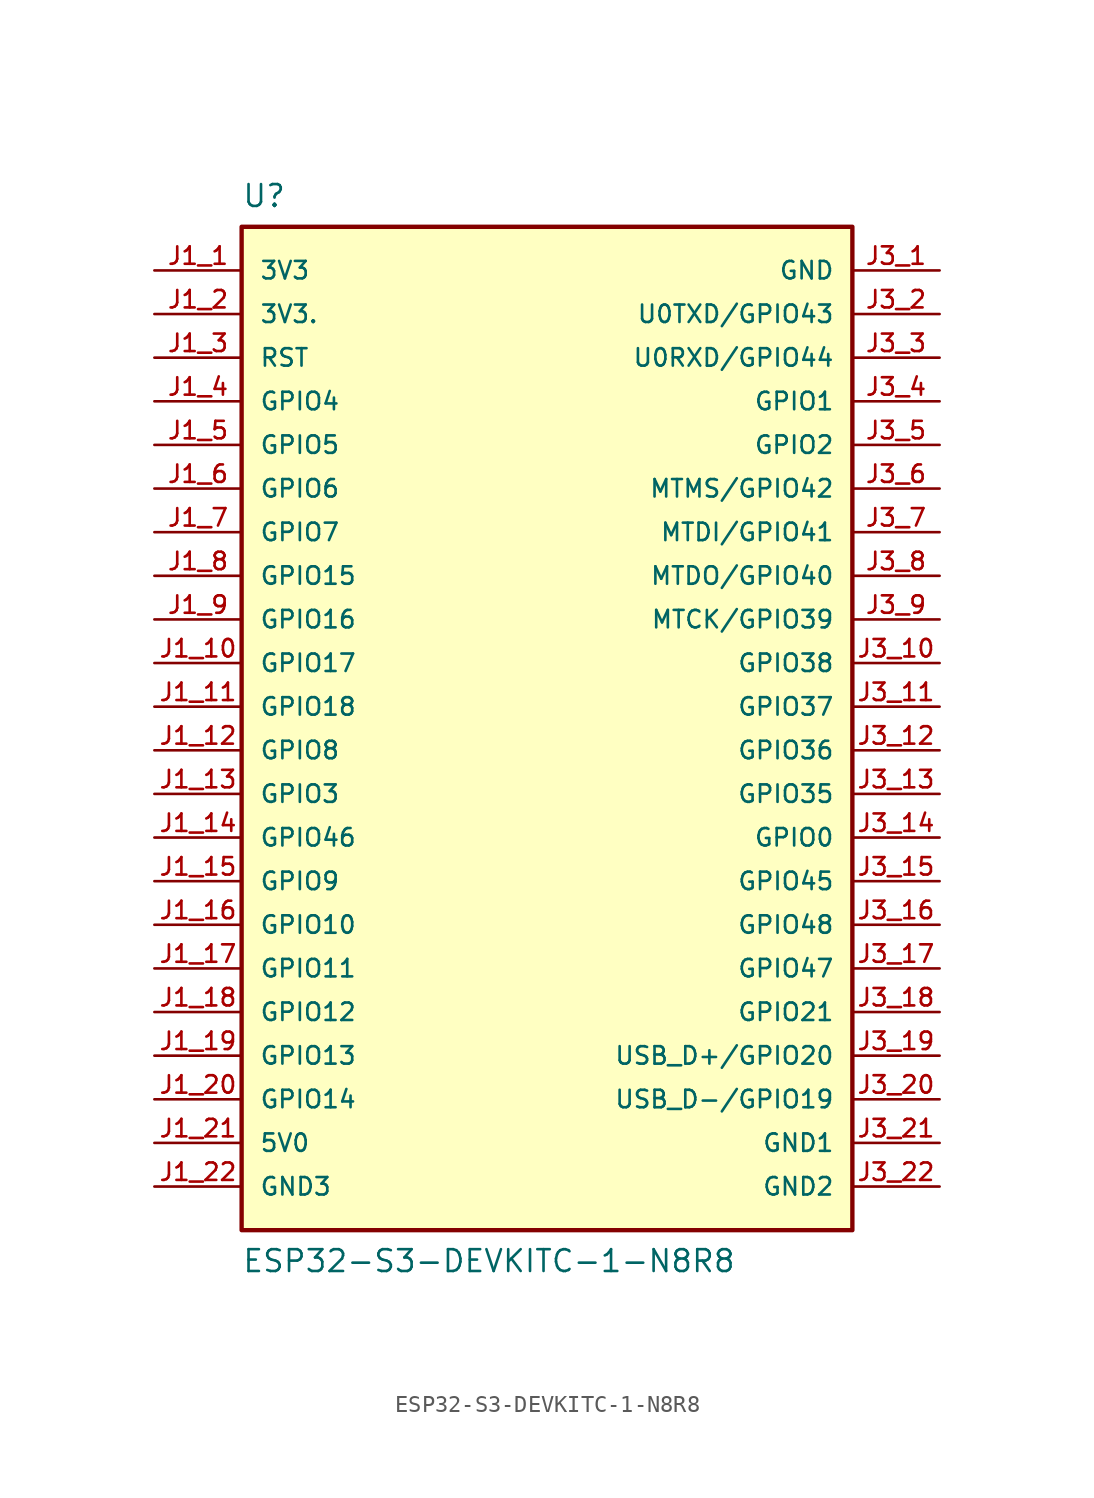
<source format=kicad_sym>
(kicad_symbol_lib
  (version 20241209)
  (generator "kicad_symbol_editor")
  (generator_version "9.0")
  (symbol "ESP32-S3-DEVKITC-1-N8R8"
    (pin_names
      (offset 1.016))
    (property "Reference" "U"
      (at -17.78 35.56 0)
      (effects (font (size 1.27 1.27)) (justify left top)))
    (property "Value" "ESP32-S3-DEVKITC-1-N8R8"
      (at -17.78 -27.94 0)
      (effects (font (size 1.27 1.27)) (justify left bottom)))
    (symbol "ESP32-S3-DEVKITC-1-N8R8_0_0"
      (rectangle (start -17.78 -25.4) (end 17.78 33.02) (stroke (width 0.254) (type default)) (fill (type background)))
      (pin power_in line (at -22.86 30.48 0) (length 5.08) (name "3V3" (effects (font (size 1.016 1.016)))) (number "J1_1" (effects (font (size 1.016 1.016)))))
      (pin power_in line (at -22.86 27.94 0) (length 5.08) (name "3V3." (effects (font (size 1.016 1.016)))) (number "J1_2" (effects (font (size 1.016 1.016)))))
      (pin input line (at -22.86 25.4 0) (length 5.08) (name "RST" (effects (font (size 1.016 1.016)))) (number "J1_3" (effects (font (size 1.016 1.016)))))
      (pin bidirectional line (at -22.86 22.86 0) (length 5.08) (name "GPIO4" (effects (font (size 1.016 1.016)))) (number "J1_4" (effects (font (size 1.016 1.016)))))
      (pin bidirectional line (at -22.86 20.32 0) (length 5.08) (name "GPIO5" (effects (font (size 1.016 1.016)))) (number "J1_5" (effects (font (size 1.016 1.016)))))
      (pin bidirectional line (at -22.86 17.78 0) (length 5.08) (name "GPIO6" (effects (font (size 1.016 1.016)))) (number "J1_6" (effects (font (size 1.016 1.016)))))
      (pin bidirectional line (at -22.86 15.24 0) (length 5.08) (name "GPIO7" (effects (font (size 1.016 1.016)))) (number "J1_7" (effects (font (size 1.016 1.016)))))
      (pin bidirectional line (at -22.86 12.7 0) (length 5.08) (name "GPIO15" (effects (font (size 1.016 1.016)))) (number "J1_8" (effects (font (size 1.016 1.016)))))
      (pin bidirectional line (at -22.86 10.16 0) (length 5.08) (name "GPIO16" (effects (font (size 1.016 1.016)))) (number "J1_9" (effects (font (size 1.016 1.016)))))
      (pin bidirectional line (at -22.86 7.62 0) (length 5.08) (name "GPIO17" (effects (font (size 1.016 1.016)))) (number "J1_10" (effects (font (size 1.016 1.016)))))
      (pin bidirectional line (at -22.86 5.08 0) (length 5.08) (name "GPIO18" (effects (font (size 1.016 1.016)))) (number "J1_11" (effects (font (size 1.016 1.016)))))
      (pin bidirectional line (at -22.86 2.54 0) (length 5.08) (name "GPIO8" (effects (font (size 1.016 1.016)))) (number "J1_12" (effects (font (size 1.016 1.016)))))
      (pin bidirectional line (at -22.86 0 0) (length 5.08) (name "GPIO3" (effects (font (size 1.016 1.016)))) (number "J1_13" (effects (font (size 1.016 1.016)))))
      (pin bidirectional line (at -22.86 -2.54 0) (length 5.08) (name "GPIO46" (effects (font (size 1.016 1.016)))) (number "J1_14" (effects (font (size 1.016 1.016)))))
      (pin bidirectional line (at -22.86 -5.08 0) (length 5.08) (name "GPIO9" (effects (font (size 1.016 1.016)))) (number "J1_15" (effects (font (size 1.016 1.016)))))
      (pin bidirectional line (at -22.86 -7.62 0) (length 5.08) (name "GPIO10" (effects (font (size 1.016 1.016)))) (number "J1_16" (effects (font (size 1.016 1.016)))))
      (pin bidirectional line (at -22.86 -10.16 0) (length 5.08) (name "GPIO11" (effects (font (size 1.016 1.016)))) (number "J1_17" (effects (font (size 1.016 1.016)))))
      (pin bidirectional line (at -22.86 -12.7 0) (length 5.08) (name "GPIO12" (effects (font (size 1.016 1.016)))) (number "J1_18" (effects (font (size 1.016 1.016)))))
      (pin bidirectional line (at -22.86 -15.24 0) (length 5.08) (name "GPIO13" (effects (font (size 1.016 1.016)))) (number "J1_19" (effects (font (size 1.016 1.016)))))
      (pin bidirectional line (at -22.86 -17.78 0) (length 5.08) (name "GPIO14" (effects (font (size 1.016 1.016)))) (number "J1_20" (effects (font (size 1.016 1.016)))))
      (pin power_in line (at -22.86 -20.32 0) (length 5.08) (name "5V0" (effects (font (size 1.016 1.016)))) (number "J1_21" (effects (font (size 1.016 1.016)))))
      (pin power_in line (at -22.86 -22.86 0) (length 5.08) (name "GND3" (effects (font (size 1.016 1.016)))) (number "J1_22" (effects (font (size 1.016 1.016)))))
      (pin power_in line (at 22.86 30.48 180) (length 5.08) (name "GND" (effects (font (size 1.016 1.016)))) (number "J3_1" (effects (font (size 1.016 1.016)))))
      (pin bidirectional line (at 22.86 27.94 180) (length 5.08) (name "U0TXD/GPIO43" (effects (font (size 1.016 1.016)))) (number "J3_2" (effects (font (size 1.016 1.016)))))
      (pin bidirectional line (at 22.86 25.4 180) (length 5.08) (name "U0RXD/GPIO44" (effects (font (size 1.016 1.016)))) (number "J3_3" (effects (font (size 1.016 1.016)))))
      (pin bidirectional line (at 22.86 22.86 180) (length 5.08) (name "GPIO1" (effects (font (size 1.016 1.016)))) (number "J3_4" (effects (font (size 1.016 1.016)))))
      (pin bidirectional line (at 22.86 20.32 180) (length 5.08) (name "GPIO2" (effects (font (size 1.016 1.016)))) (number "J3_5" (effects (font (size 1.016 1.016)))))
      (pin bidirectional line (at 22.86 17.78 180) (length 5.08) (name "MTMS/GPIO42" (effects (font (size 1.016 1.016)))) (number "J3_6" (effects (font (size 1.016 1.016)))))
      (pin bidirectional line (at 22.86 15.24 180) (length 5.08) (name "MTDI/GPIO41" (effects (font (size 1.016 1.016)))) (number "J3_7" (effects (font (size 1.016 1.016)))))
      (pin bidirectional line (at 22.86 12.7 180) (length 5.08) (name "MTDO/GPIO40" (effects (font (size 1.016 1.016)))) (number "J3_8" (effects (font (size 1.016 1.016)))))
      (pin bidirectional line (at 22.86 10.16 180) (length 5.08) (name "MTCK/GPIO39" (effects (font (size 1.016 1.016)))) (number "J3_9" (effects (font (size 1.016 1.016)))))
      (pin bidirectional line (at 22.86 7.62 180) (length 5.08) (name "GPIO38" (effects (font (size 1.016 1.016)))) (number "J3_10" (effects (font (size 1.016 1.016)))))
      (pin bidirectional line (at 22.86 5.08 180) (length 5.08) (name "GPIO37" (effects (font (size 1.016 1.016)))) (number "J3_11" (effects (font (size 1.016 1.016)))))
      (pin bidirectional line (at 22.86 2.54 180) (length 5.08) (name "GPIO36" (effects (font (size 1.016 1.016)))) (number "J3_12" (effects (font (size 1.016 1.016)))))
      (pin bidirectional line (at 22.86 0 180) (length 5.08) (name "GPIO35" (effects (font (size 1.016 1.016)))) (number "J3_13" (effects (font (size 1.016 1.016)))))
      (pin bidirectional line (at 22.86 -2.54 180) (length 5.08) (name "GPIO0" (effects (font (size 1.016 1.016)))) (number "J3_14" (effects (font (size 1.016 1.016)))))
      (pin bidirectional line (at 22.86 -5.08 180) (length 5.08) (name "GPIO45" (effects (font (size 1.016 1.016)))) (number "J3_15" (effects (font (size 1.016 1.016)))))
      (pin bidirectional line (at 22.86 -7.62 180) (length 5.08) (name "GPIO48" (effects (font (size 1.016 1.016)))) (number "J3_16" (effects (font (size 1.016 1.016)))))
      (pin bidirectional line (at 22.86 -10.16 180) (length 5.08) (name "GPIO47" (effects (font (size 1.016 1.016)))) (number "J3_17" (effects (font (size 1.016 1.016)))))
      (pin bidirectional line (at 22.86 -12.7 180) (length 5.08) (name "GPIO21" (effects (font (size 1.016 1.016)))) (number "J3_18" (effects (font (size 1.016 1.016)))))
      (pin bidirectional line (at 22.86 -15.24 180) (length 5.08) (name "USB_D+/GPIO20" (effects (font (size 1.016 1.016)))) (number "J3_19" (effects (font (size 1.016 1.016)))))
      (pin bidirectional line (at 22.86 -17.78 180) (length 5.08) (name "USB_D-/GPIO19" (effects (font (size 1.016 1.016)))) (number "J3_20" (effects (font (size 1.016 1.016)))))
      (pin power_in line (at 22.86 -20.32 180) (length 5.08) (name "GND1" (effects (font (size 1.016 1.016)))) (number "J3_21" (effects (font (size 1.016 1.016)))))
      (pin power_in line (at 22.86 -22.86 180) (length 5.08) (name "GND2" (effects (font (size 1.016 1.016)))) (number "J3_22" (effects (font (size 1.016 1.016))))))))
</source>
